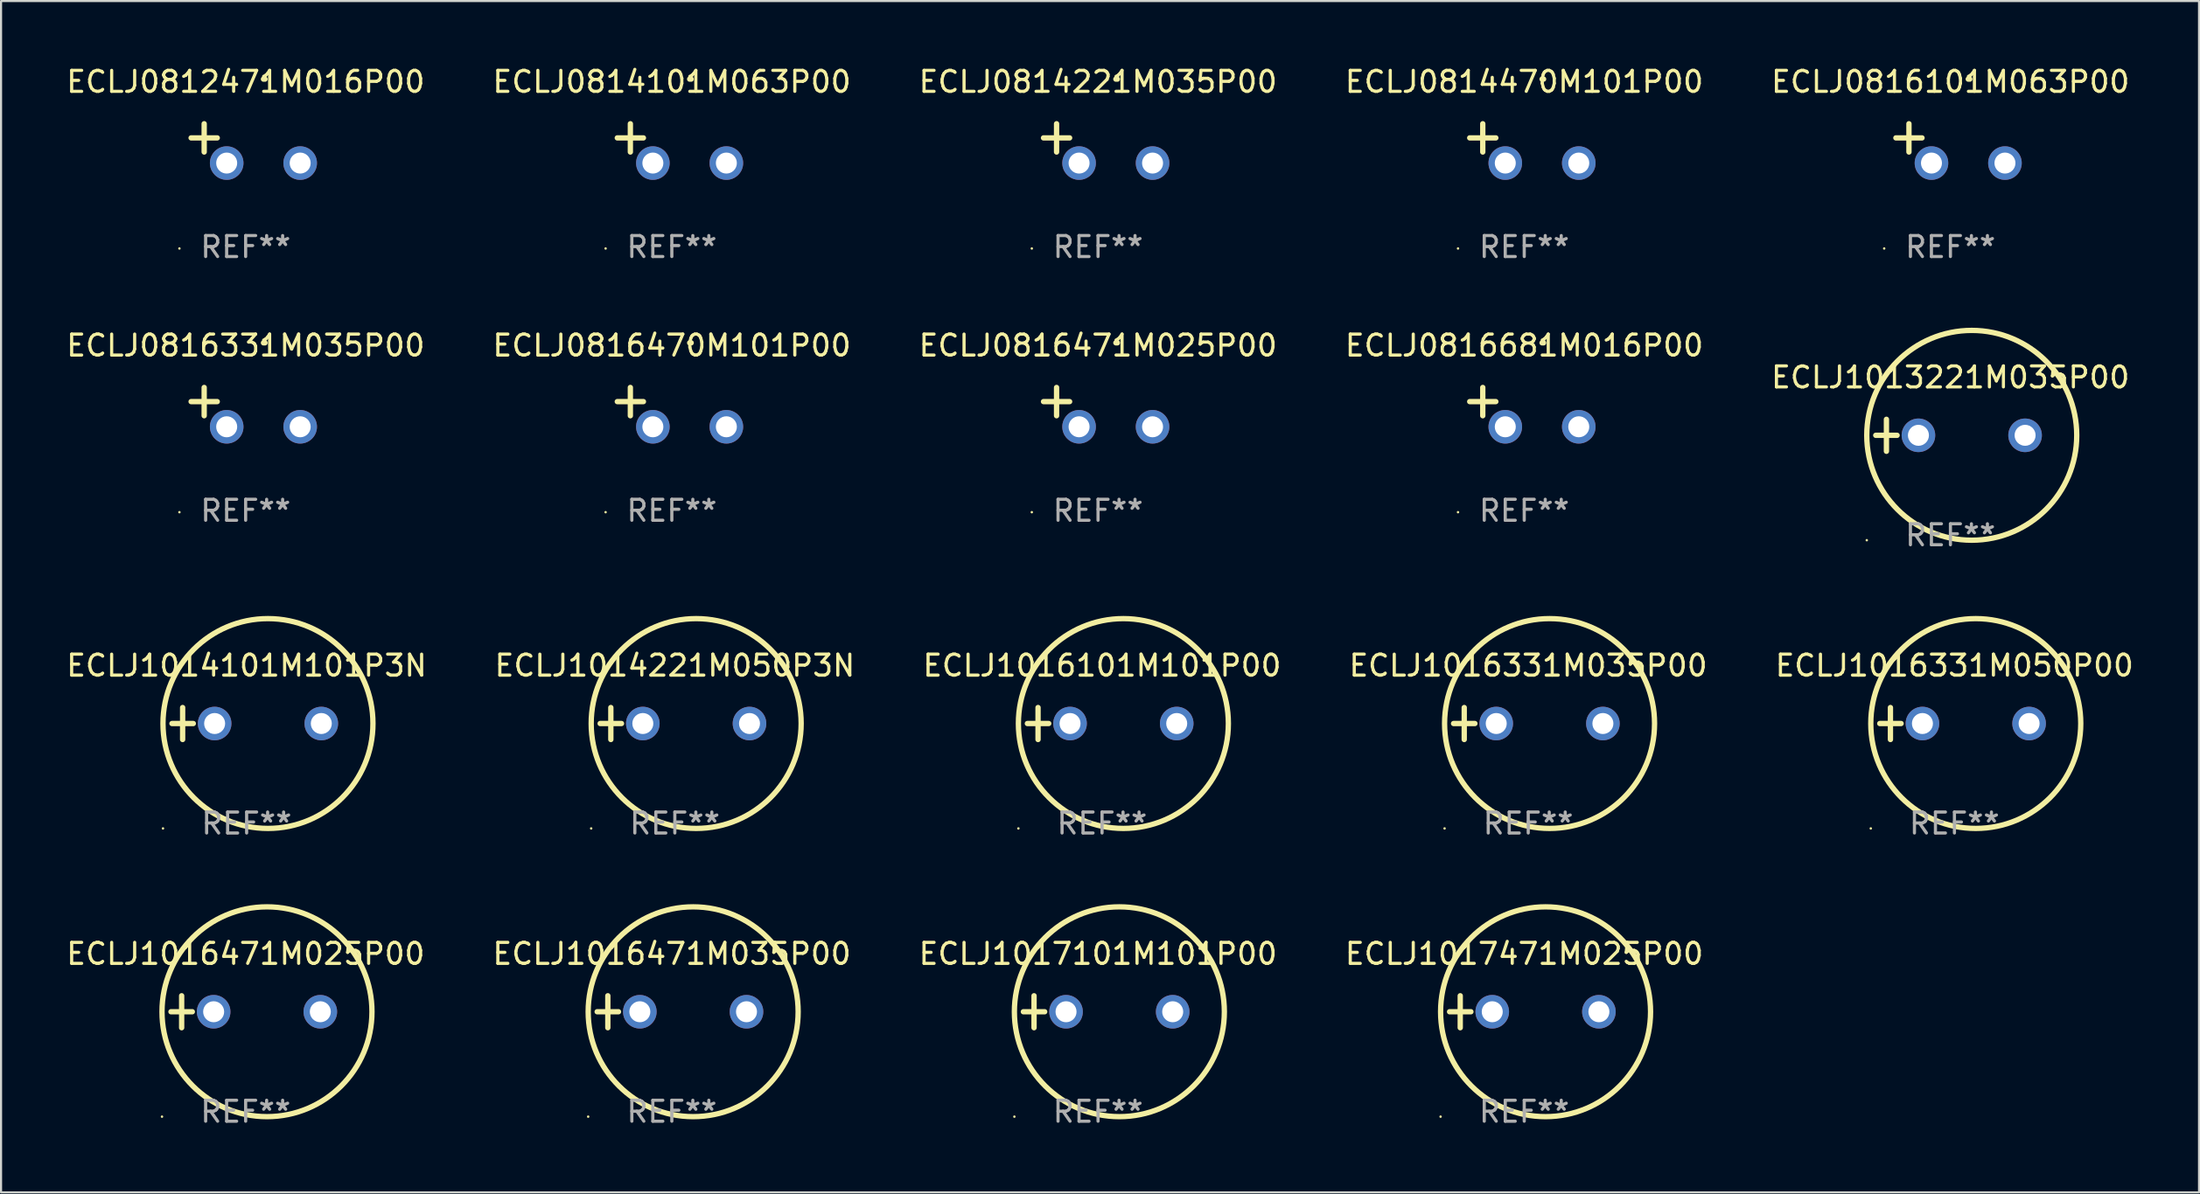
<source format=kicad_pcb>
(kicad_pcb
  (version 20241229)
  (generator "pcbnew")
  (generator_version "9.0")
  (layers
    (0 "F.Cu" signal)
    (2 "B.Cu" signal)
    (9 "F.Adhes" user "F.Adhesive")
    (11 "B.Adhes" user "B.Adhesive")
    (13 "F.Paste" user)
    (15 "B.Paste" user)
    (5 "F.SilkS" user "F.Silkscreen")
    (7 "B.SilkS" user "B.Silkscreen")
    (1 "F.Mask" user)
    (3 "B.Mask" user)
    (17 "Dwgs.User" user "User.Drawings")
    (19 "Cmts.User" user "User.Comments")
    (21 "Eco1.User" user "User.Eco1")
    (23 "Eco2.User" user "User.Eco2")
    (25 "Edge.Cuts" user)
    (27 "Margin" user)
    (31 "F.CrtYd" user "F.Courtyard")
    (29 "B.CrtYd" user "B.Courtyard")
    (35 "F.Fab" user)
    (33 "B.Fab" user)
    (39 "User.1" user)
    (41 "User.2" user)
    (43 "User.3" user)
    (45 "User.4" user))
  (footprint "ECLJ1016101M101P00"
    (layer "F.Cu")
    (at 49.435 31.434)
    (property "Reference" "ECLJ1016101M101P00" (at 0 -2.762 0) (layer "F.SilkS") (effects (font (size 1 1) (thickness 0.15))))
    (attr through_hole)
    (fp_line (start -3.556 0) (end -2.54 0) (stroke (width 0.254) (type solid)) (layer "F.SilkS"))
    (fp_line (start -3.048 -0.762) (end -3.048 0.762) (stroke (width 0.254) (type solid)) (layer "F.SilkS"))
    (fp_circle (center -3.984 5) (end -3.954 5) (stroke (width 0.06) (type solid)) (fill no) (layer "F.SilkS"))
    (fp_circle (center 1.016 0) (end 6.016 0) (stroke (width 0.254) (type solid)) (fill no) (layer "F.SilkS"))
    (fp_text user "REF**" (at 0 4.762 0) (layer "F.Fab") (effects (font (size 1 1) (thickness 0.15))))
    (pad "1" thru_hole circle (at -1.524 0) (size 1.6 1.6) (drill 1) (layers "*.Cu" "*.Mask"))
    (pad "2" thru_hole circle (at 3.556 0) (size 1.6 1.6) (drill 1) (layers "*.Cu" "*.Mask")))
  (footprint "ECLJ0814470M101P00"
    (layer "F.Cu")
    (at 69.542 3.785)
    (property "Reference" "ECLJ0814470M101P00" (at 0 -2.937 0) (layer "F.SilkS") (effects (font (size 1 1) (thickness 0.15))))
    (attr through_hole)
    (fp_line (start -1.975 0.41) (end -1.975 -0.937) (stroke (width 0.254) (type solid)) (layer "F.SilkS"))
    (fp_line (start -1.353 -0.263) (end -2.597 -0.263) (stroke (width 0.254) (type solid)) (layer "F.SilkS"))
    (fp_arc (start 0.849809 -3.063957) (mid 0.885369 -3.064114) (end 0.920929 -3.063957) (stroke (width 0.254001) (type solid)) (layer "F.SilkS"))
    (fp_circle (center -3.154 5.008) (end -3.124 5.008) (stroke (width 0.06) (type solid)) (fill no) (layer "F.SilkS"))
    (fp_text user "REF**" (at 0 4.937 0) (layer "F.Fab") (effects (font (size 1 1) (thickness 0.15))))
    (pad "1" thru_hole circle (at -0.903 0.937) (size 1.6 1.6) (drill 1) (layers "*.Cu" "*.Mask"))
    (pad "2" thru_hole circle (at 2.597 0.937) (size 1.6 1.6) (drill 1) (layers "*.Cu" "*.Mask")))
  (footprint "ECLJ1017101M101P00"
    (layer "F.Cu")
    (at 49.244 45.171)
    (property "Reference" "ECLJ1017101M101P00" (at 0 -2.762 0) (layer "F.SilkS") (effects (font (size 1 1) (thickness 0.15))))
    (attr through_hole)
    (fp_line (start -3.556 0) (end -2.54 0) (stroke (width 0.254) (type solid)) (layer "F.SilkS"))
    (fp_line (start -3.048 -0.762) (end -3.048 0.762) (stroke (width 0.254) (type solid)) (layer "F.SilkS"))
    (fp_circle (center -3.984 5) (end -3.954 5) (stroke (width 0.06) (type solid)) (fill no) (layer "F.SilkS"))
    (fp_circle (center 1.016 0) (end 6.016 0) (stroke (width 0.254) (type solid)) (fill no) (layer "F.SilkS"))
    (fp_text user "REF**" (at 0 4.762 0) (layer "F.Fab") (effects (font (size 1 1) (thickness 0.15))))
    (pad "1" thru_hole circle (at -1.524 0) (size 1.6 1.6) (drill 1) (layers "*.Cu" "*.Mask"))
    (pad "2" thru_hole circle (at 3.556 0) (size 1.6 1.6) (drill 1) (layers "*.Cu" "*.Mask")))
  (footprint "ECLJ1013221M035P00"
    (layer "F.Cu")
    (at 89.839 17.697)
    (property "Reference" "ECLJ1013221M035P00" (at 0 -2.762 0) (layer "F.SilkS") (effects (font (size 1 1) (thickness 0.15))))
    (attr through_hole)
    (fp_line (start -3.556 0) (end -2.54 0) (stroke (width 0.254) (type solid)) (layer "F.SilkS"))
    (fp_line (start -3.048 -0.762) (end -3.048 0.762) (stroke (width 0.254) (type solid)) (layer "F.SilkS"))
    (fp_circle (center -3.984 5) (end -3.954 5) (stroke (width 0.06) (type solid)) (fill no) (layer "F.SilkS"))
    (fp_circle (center 1.016 0) (end 6.016 0) (stroke (width 0.254) (type solid)) (fill no) (layer "F.SilkS"))
    (fp_text user "REF**" (at 0 4.762 0) (layer "F.Fab") (effects (font (size 1 1) (thickness 0.15))))
    (pad "1" thru_hole circle (at -1.524 0) (size 1.6 1.6) (drill 1) (layers "*.Cu" "*.Mask"))
    (pad "2" thru_hole circle (at 3.556 0) (size 1.6 1.6) (drill 1) (layers "*.Cu" "*.Mask")))
  (footprint "ECLJ1016331M050P00"
    (layer "F.Cu")
    (at 90.03 31.434)
    (property "Reference" "ECLJ1016331M050P00" (at 0 -2.762 0) (layer "F.SilkS") (effects (font (size 1 1) (thickness 0.15))))
    (attr through_hole)
    (fp_line (start -3.556 0) (end -2.54 0) (stroke (width 0.254) (type solid)) (layer "F.SilkS"))
    (fp_line (start -3.048 -0.762) (end -3.048 0.762) (stroke (width 0.254) (type solid)) (layer "F.SilkS"))
    (fp_circle (center -3.984 5) (end -3.954 5) (stroke (width 0.06) (type solid)) (fill no) (layer "F.SilkS"))
    (fp_circle (center 1.016 0) (end 6.016 0) (stroke (width 0.254) (type solid)) (fill no) (layer "F.SilkS"))
    (fp_text user "REF**" (at 0 4.762 0) (layer "F.Fab") (effects (font (size 1 1) (thickness 0.15))))
    (pad "1" thru_hole circle (at -1.524 0) (size 1.6 1.6) (drill 1) (layers "*.Cu" "*.Mask"))
    (pad "2" thru_hole circle (at 3.556 0) (size 1.6 1.6) (drill 1) (layers "*.Cu" "*.Mask")))
  (footprint "ECLJ1014221M050P3N"
    (layer "F.Cu")
    (at 29.089 31.434)
    (property "Reference" "ECLJ1014221M050P3N" (at 0 -2.762 0) (layer "F.SilkS") (effects (font (size 1 1) (thickness 0.15))))
    (attr through_hole)
    (fp_line (start -3.556 0) (end -2.54 0) (stroke (width 0.254) (type solid)) (layer "F.SilkS"))
    (fp_line (start -3.048 -0.762) (end -3.048 0.762) (stroke (width 0.254) (type solid)) (layer "F.SilkS"))
    (fp_circle (center -3.984 5) (end -3.954 5) (stroke (width 0.06) (type solid)) (fill no) (layer "F.SilkS"))
    (fp_circle (center 1.016 0) (end 6.016 0) (stroke (width 0.254) (type solid)) (fill no) (layer "F.SilkS"))
    (fp_text user "REF**" (at 0 4.762 0) (layer "F.Fab") (effects (font (size 1 1) (thickness 0.15))))
    (pad "1" thru_hole circle (at -1.524 0) (size 1.6 1.6) (drill 1) (layers "*.Cu" "*.Mask"))
    (pad "2" thru_hole circle (at 3.556 0) (size 1.6 1.6) (drill 1) (layers "*.Cu" "*.Mask")))
  (footprint "ECLJ0816331M035P00"
    (layer "F.Cu")
    (at 8.649 16.354)
    (property "Reference" "ECLJ0816331M035P00" (at 0 -2.937 0) (layer "F.SilkS") (effects (font (size 1 1) (thickness 0.15))))
    (attr through_hole)
    (fp_line (start -1.975 0.41) (end -1.975 -0.937) (stroke (width 0.254) (type solid)) (layer "F.SilkS"))
    (fp_line (start -1.353 -0.263) (end -2.597 -0.263) (stroke (width 0.254) (type solid)) (layer "F.SilkS"))
    (fp_arc (start 0.849809 -3.063957) (mid 0.885369 -3.064114) (end 0.920929 -3.063957) (stroke (width 0.254001) (type solid)) (layer "F.SilkS"))
    (fp_circle (center -3.154 5.008) (end -3.124 5.008) (stroke (width 0.06) (type solid)) (fill no) (layer "F.SilkS"))
    (fp_text user "REF**" (at 0 4.937 0) (layer "F.Fab") (effects (font (size 1 1) (thickness 0.15))))
    (pad "1" thru_hole circle (at -0.903 0.937) (size 1.6 1.6) (drill 1) (layers "*.Cu" "*.Mask"))
    (pad "2" thru_hole circle (at 2.597 0.937) (size 1.6 1.6) (drill 1) (layers "*.Cu" "*.Mask")))
  (footprint "ECLJ0814101M063P00"
    (layer "F.Cu")
    (at 28.946 3.785)
    (property "Reference" "ECLJ0814101M063P00" (at 0 -2.937 0) (layer "F.SilkS") (effects (font (size 1 1) (thickness 0.15))))
    (attr through_hole)
    (fp_line (start -1.975 0.41) (end -1.975 -0.937) (stroke (width 0.254) (type solid)) (layer "F.SilkS"))
    (fp_line (start -1.353 -0.263) (end -2.597 -0.263) (stroke (width 0.254) (type solid)) (layer "F.SilkS"))
    (fp_arc (start 0.849809 -3.063957) (mid 0.885369 -3.064114) (end 0.920929 -3.063957) (stroke (width 0.254001) (type solid)) (layer "F.SilkS"))
    (fp_circle (center -3.154 5.008) (end -3.124 5.008) (stroke (width 0.06) (type solid)) (fill no) (layer "F.SilkS"))
    (fp_text user "REF**" (at 0 4.937 0) (layer "F.Fab") (effects (font (size 1 1) (thickness 0.15))))
    (pad "1" thru_hole circle (at -0.903 0.937) (size 1.6 1.6) (drill 1) (layers "*.Cu" "*.Mask"))
    (pad "2" thru_hole circle (at 2.597 0.937) (size 1.6 1.6) (drill 1) (layers "*.Cu" "*.Mask")))
  (footprint "ECLJ1017471M025P00"
    (layer "F.Cu")
    (at 69.542 45.171)
    (property "Reference" "ECLJ1017471M025P00" (at 0 -2.762 0) (layer "F.SilkS") (effects (font (size 1 1) (thickness 0.15))))
    (attr through_hole)
    (fp_line (start -3.556 0) (end -2.54 0) (stroke (width 0.254) (type solid)) (layer "F.SilkS"))
    (fp_line (start -3.048 -0.762) (end -3.048 0.762) (stroke (width 0.254) (type solid)) (layer "F.SilkS"))
    (fp_circle (center -3.984 5) (end -3.954 5) (stroke (width 0.06) (type solid)) (fill no) (layer "F.SilkS"))
    (fp_circle (center 1.016 0) (end 6.016 0) (stroke (width 0.254) (type solid)) (fill no) (layer "F.SilkS"))
    (fp_text user "REF**" (at 0 4.762 0) (layer "F.Fab") (effects (font (size 1 1) (thickness 0.15))))
    (pad "1" thru_hole circle (at -1.524 0) (size 1.6 1.6) (drill 1) (layers "*.Cu" "*.Mask"))
    (pad "2" thru_hole circle (at 3.556 0) (size 1.6 1.6) (drill 1) (layers "*.Cu" "*.Mask")))
  (footprint "ECLJ0816681M016P00"
    (layer "F.Cu")
    (at 69.542 16.354)
    (property "Reference" "ECLJ0816681M016P00" (at 0 -2.937 0) (layer "F.SilkS") (effects (font (size 1 1) (thickness 0.15))))
    (attr through_hole)
    (fp_line (start -1.975 0.41) (end -1.975 -0.937) (stroke (width 0.254) (type solid)) (layer "F.SilkS"))
    (fp_line (start -1.353 -0.263) (end -2.597 -0.263) (stroke (width 0.254) (type solid)) (layer "F.SilkS"))
    (fp_arc (start 0.849809 -3.063957) (mid 0.885369 -3.064114) (end 0.920929 -3.063957) (stroke (width 0.254001) (type solid)) (layer "F.SilkS"))
    (fp_circle (center -3.154 5.008) (end -3.124 5.008) (stroke (width 0.06) (type solid)) (fill no) (layer "F.SilkS"))
    (fp_text user "REF**" (at 0 4.937 0) (layer "F.Fab") (effects (font (size 1 1) (thickness 0.15))))
    (pad "1" thru_hole circle (at -0.903 0.937) (size 1.6 1.6) (drill 1) (layers "*.Cu" "*.Mask"))
    (pad "2" thru_hole circle (at 2.597 0.937) (size 1.6 1.6) (drill 1) (layers "*.Cu" "*.Mask")))
  (footprint "ECLJ1016471M035P00"
    (layer "F.Cu")
    (at 28.946 45.171)
    (property "Reference" "ECLJ1016471M035P00" (at 0 -2.762 0) (layer "F.SilkS") (effects (font (size 1 1) (thickness 0.15))))
    (attr through_hole)
    (fp_line (start -3.556 0) (end -2.54 0) (stroke (width 0.254) (type solid)) (layer "F.SilkS"))
    (fp_line (start -3.048 -0.762) (end -3.048 0.762) (stroke (width 0.254) (type solid)) (layer "F.SilkS"))
    (fp_circle (center -3.984 5) (end -3.954 5) (stroke (width 0.06) (type solid)) (fill no) (layer "F.SilkS"))
    (fp_circle (center 1.016 0) (end 6.016 0) (stroke (width 0.254) (type solid)) (fill no) (layer "F.SilkS"))
    (fp_text user "REF**" (at 0 4.762 0) (layer "F.Fab") (effects (font (size 1 1) (thickness 0.15))))
    (pad "1" thru_hole circle (at -1.524 0) (size 1.6 1.6) (drill 1) (layers "*.Cu" "*.Mask"))
    (pad "2" thru_hole circle (at 3.556 0) (size 1.6 1.6) (drill 1) (layers "*.Cu" "*.Mask")))
  (footprint "ECLJ1016331M035P00"
    (layer "F.Cu")
    (at 69.732 31.434)
    (property "Reference" "ECLJ1016331M035P00" (at 0 -2.762 0) (layer "F.SilkS") (effects (font (size 1 1) (thickness 0.15))))
    (attr through_hole)
    (fp_line (start -3.556 0) (end -2.54 0) (stroke (width 0.254) (type solid)) (layer "F.SilkS"))
    (fp_line (start -3.048 -0.762) (end -3.048 0.762) (stroke (width 0.254) (type solid)) (layer "F.SilkS"))
    (fp_circle (center -3.984 5) (end -3.954 5) (stroke (width 0.06) (type solid)) (fill no) (layer "F.SilkS"))
    (fp_circle (center 1.016 0) (end 6.016 0) (stroke (width 0.254) (type solid)) (fill no) (layer "F.SilkS"))
    (fp_text user "REF**" (at 0 4.762 0) (layer "F.Fab") (effects (font (size 1 1) (thickness 0.15))))
    (pad "1" thru_hole circle (at -1.524 0) (size 1.6 1.6) (drill 1) (layers "*.Cu" "*.Mask"))
    (pad "2" thru_hole circle (at 3.556 0) (size 1.6 1.6) (drill 1) (layers "*.Cu" "*.Mask")))
  (footprint "ECLJ1016471M025P00"
    (layer "F.Cu")
    (at 8.649 45.171)
    (property "Reference" "ECLJ1016471M025P00" (at 0 -2.762 0) (layer "F.SilkS") (effects (font (size 1 1) (thickness 0.15))))
    (attr through_hole)
    (fp_line (start -3.556 0) (end -2.54 0) (stroke (width 0.254) (type solid)) (layer "F.SilkS"))
    (fp_line (start -3.048 -0.762) (end -3.048 0.762) (stroke (width 0.254) (type solid)) (layer "F.SilkS"))
    (fp_circle (center -3.984 5) (end -3.954 5) (stroke (width 0.06) (type solid)) (fill no) (layer "F.SilkS"))
    (fp_circle (center 1.016 0) (end 6.016 0) (stroke (width 0.254) (type solid)) (fill no) (layer "F.SilkS"))
    (fp_text user "REF**" (at 0 4.762 0) (layer "F.Fab") (effects (font (size 1 1) (thickness 0.15))))
    (pad "1" thru_hole circle (at -1.524 0) (size 1.6 1.6) (drill 1) (layers "*.Cu" "*.Mask"))
    (pad "2" thru_hole circle (at 3.556 0) (size 1.6 1.6) (drill 1) (layers "*.Cu" "*.Mask")))
  (footprint "ECLJ0816470M101P00"
    (layer "F.Cu")
    (at 28.946 16.354)
    (property "Reference" "ECLJ0816470M101P00" (at 0 -2.937 0) (layer "F.SilkS") (effects (font (size 1 1) (thickness 0.15))))
    (attr through_hole)
    (fp_line (start -1.975 0.41) (end -1.975 -0.937) (stroke (width 0.254) (type solid)) (layer "F.SilkS"))
    (fp_line (start -1.353 -0.263) (end -2.597 -0.263) (stroke (width 0.254) (type solid)) (layer "F.SilkS"))
    (fp_arc (start 0.849809 -3.063957) (mid 0.885369 -3.064114) (end 0.920929 -3.063957) (stroke (width 0.254001) (type solid)) (layer "F.SilkS"))
    (fp_circle (center -3.154 5.008) (end -3.124 5.008) (stroke (width 0.06) (type solid)) (fill no) (layer "F.SilkS"))
    (fp_text user "REF**" (at 0 4.937 0) (layer "F.Fab") (effects (font (size 1 1) (thickness 0.15))))
    (pad "1" thru_hole circle (at -0.903 0.937) (size 1.6 1.6) (drill 1) (layers "*.Cu" "*.Mask"))
    (pad "2" thru_hole circle (at 2.597 0.937) (size 1.6 1.6) (drill 1) (layers "*.Cu" "*.Mask")))
  (footprint "ECLJ0814221M035P00"
    (layer "F.Cu")
    (at 49.244 3.785)
    (property "Reference" "ECLJ0814221M035P00" (at 0 -2.937 0) (layer "F.SilkS") (effects (font (size 1 1) (thickness 0.15))))
    (attr through_hole)
    (fp_line (start -1.975 0.41) (end -1.975 -0.937) (stroke (width 0.254) (type solid)) (layer "F.SilkS"))
    (fp_line (start -1.353 -0.263) (end -2.597 -0.263) (stroke (width 0.254) (type solid)) (layer "F.SilkS"))
    (fp_arc (start 0.849809 -3.063957) (mid 0.885369 -3.064114) (end 0.920929 -3.063957) (stroke (width 0.254001) (type solid)) (layer "F.SilkS"))
    (fp_circle (center -3.154 5.008) (end -3.124 5.008) (stroke (width 0.06) (type solid)) (fill no) (layer "F.SilkS"))
    (fp_text user "REF**" (at 0 4.937 0) (layer "F.Fab") (effects (font (size 1 1) (thickness 0.15))))
    (pad "1" thru_hole circle (at -0.903 0.937) (size 1.6 1.6) (drill 1) (layers "*.Cu" "*.Mask"))
    (pad "2" thru_hole circle (at 2.597 0.937) (size 1.6 1.6) (drill 1) (layers "*.Cu" "*.Mask")))
  (footprint "ECLJ1014101M101P3N"
    (layer "F.Cu")
    (at 8.696 31.434)
    (property "Reference" "ECLJ1014101M101P3N" (at 0 -2.762 0) (layer "F.SilkS") (effects (font (size 1 1) (thickness 0.15))))
    (attr through_hole)
    (fp_line (start -3.556 0) (end -2.54 0) (stroke (width 0.254) (type solid)) (layer "F.SilkS"))
    (fp_line (start -3.048 -0.762) (end -3.048 0.762) (stroke (width 0.254) (type solid)) (layer "F.SilkS"))
    (fp_circle (center -3.984 5) (end -3.954 5) (stroke (width 0.06) (type solid)) (fill no) (layer "F.SilkS"))
    (fp_circle (center 1.016 0) (end 6.016 0) (stroke (width 0.254) (type solid)) (fill no) (layer "F.SilkS"))
    (fp_text user "REF**" (at 0 4.762 0) (layer "F.Fab") (effects (font (size 1 1) (thickness 0.15))))
    (pad "1" thru_hole circle (at -1.524 0) (size 1.6 1.6) (drill 1) (layers "*.Cu" "*.Mask"))
    (pad "2" thru_hole circle (at 3.556 0) (size 1.6 1.6) (drill 1) (layers "*.Cu" "*.Mask")))
  (footprint "ECLJ0816101M063P00"
    (layer "F.Cu")
    (at 89.839 3.785)
    (property "Reference" "ECLJ0816101M063P00" (at 0 -2.937 0) (layer "F.SilkS") (effects (font (size 1 1) (thickness 0.15))))
    (attr through_hole)
    (fp_line (start -1.975 0.41) (end -1.975 -0.937) (stroke (width 0.254) (type solid)) (layer "F.SilkS"))
    (fp_line (start -1.353 -0.263) (end -2.597 -0.263) (stroke (width 0.254) (type solid)) (layer "F.SilkS"))
    (fp_arc (start 0.849809 -3.063957) (mid 0.885369 -3.064114) (end 0.920929 -3.063957) (stroke (width 0.254001) (type solid)) (layer "F.SilkS"))
    (fp_circle (center -3.154 5.008) (end -3.124 5.008) (stroke (width 0.06) (type solid)) (fill no) (layer "F.SilkS"))
    (fp_text user "REF**" (at 0 4.937 0) (layer "F.Fab") (effects (font (size 1 1) (thickness 0.15))))
    (pad "1" thru_hole circle (at -0.903 0.937) (size 1.6 1.6) (drill 1) (layers "*.Cu" "*.Mask"))
    (pad "2" thru_hole circle (at 2.597 0.937) (size 1.6 1.6) (drill 1) (layers "*.Cu" "*.Mask")))
  (footprint "ECLJ0812471M016P00"
    (layer "F.Cu")
    (at 8.649 3.785)
    (property "Reference" "ECLJ0812471M016P00" (at 0 -2.937 0) (layer "F.SilkS") (effects (font (size 1 1) (thickness 0.15))))
    (attr through_hole)
    (fp_line (start -1.975 0.41) (end -1.975 -0.937) (stroke (width 0.254) (type solid)) (layer "F.SilkS"))
    (fp_line (start -1.353 -0.263) (end -2.597 -0.263) (stroke (width 0.254) (type solid)) (layer "F.SilkS"))
    (fp_arc (start 0.849809 -3.063957) (mid 0.885369 -3.064114) (end 0.920929 -3.063957) (stroke (width 0.254001) (type solid)) (layer "F.SilkS"))
    (fp_circle (center -3.154 5.008) (end -3.124 5.008) (stroke (width 0.06) (type solid)) (fill no) (layer "F.SilkS"))
    (fp_text user "REF**" (at 0 4.937 0) (layer "F.Fab") (effects (font (size 1 1) (thickness 0.15))))
    (pad "1" thru_hole circle (at -0.903 0.937) (size 1.6 1.6) (drill 1) (layers "*.Cu" "*.Mask"))
    (pad "2" thru_hole circle (at 2.597 0.937) (size 1.6 1.6) (drill 1) (layers "*.Cu" "*.Mask")))
  (footprint "ECLJ0816471M025P00"
    (layer "F.Cu")
    (at 49.244 16.354)
    (property "Reference" "ECLJ0816471M025P00" (at 0 -2.937 0) (layer "F.SilkS") (effects (font (size 1 1) (thickness 0.15))))
    (attr through_hole)
    (fp_line (start -1.975 0.41) (end -1.975 -0.937) (stroke (width 0.254) (type solid)) (layer "F.SilkS"))
    (fp_line (start -1.353 -0.263) (end -2.597 -0.263) (stroke (width 0.254) (type solid)) (layer "F.SilkS"))
    (fp_arc (start 0.849809 -3.063957) (mid 0.885369 -3.064114) (end 0.920929 -3.063957) (stroke (width 0.254001) (type solid)) (layer "F.SilkS"))
    (fp_circle (center -3.154 5.008) (end -3.124 5.008) (stroke (width 0.06) (type solid)) (fill no) (layer "F.SilkS"))
    (fp_text user "REF**" (at 0 4.937 0) (layer "F.Fab") (effects (font (size 1 1) (thickness 0.15))))
    (pad "1" thru_hole circle (at -0.903 0.937) (size 1.6 1.6) (drill 1) (layers "*.Cu" "*.Mask"))
    (pad "2" thru_hole circle (at 2.597 0.937) (size 1.6 1.6) (drill 1) (layers "*.Cu" "*.Mask")))
  (gr_rect
    (start -3 -3)
    (end 101.679 53.781)
    (stroke (width 0.1) (type default))
    (fill no)
    (layer "Edge.Cuts")))
</source>
